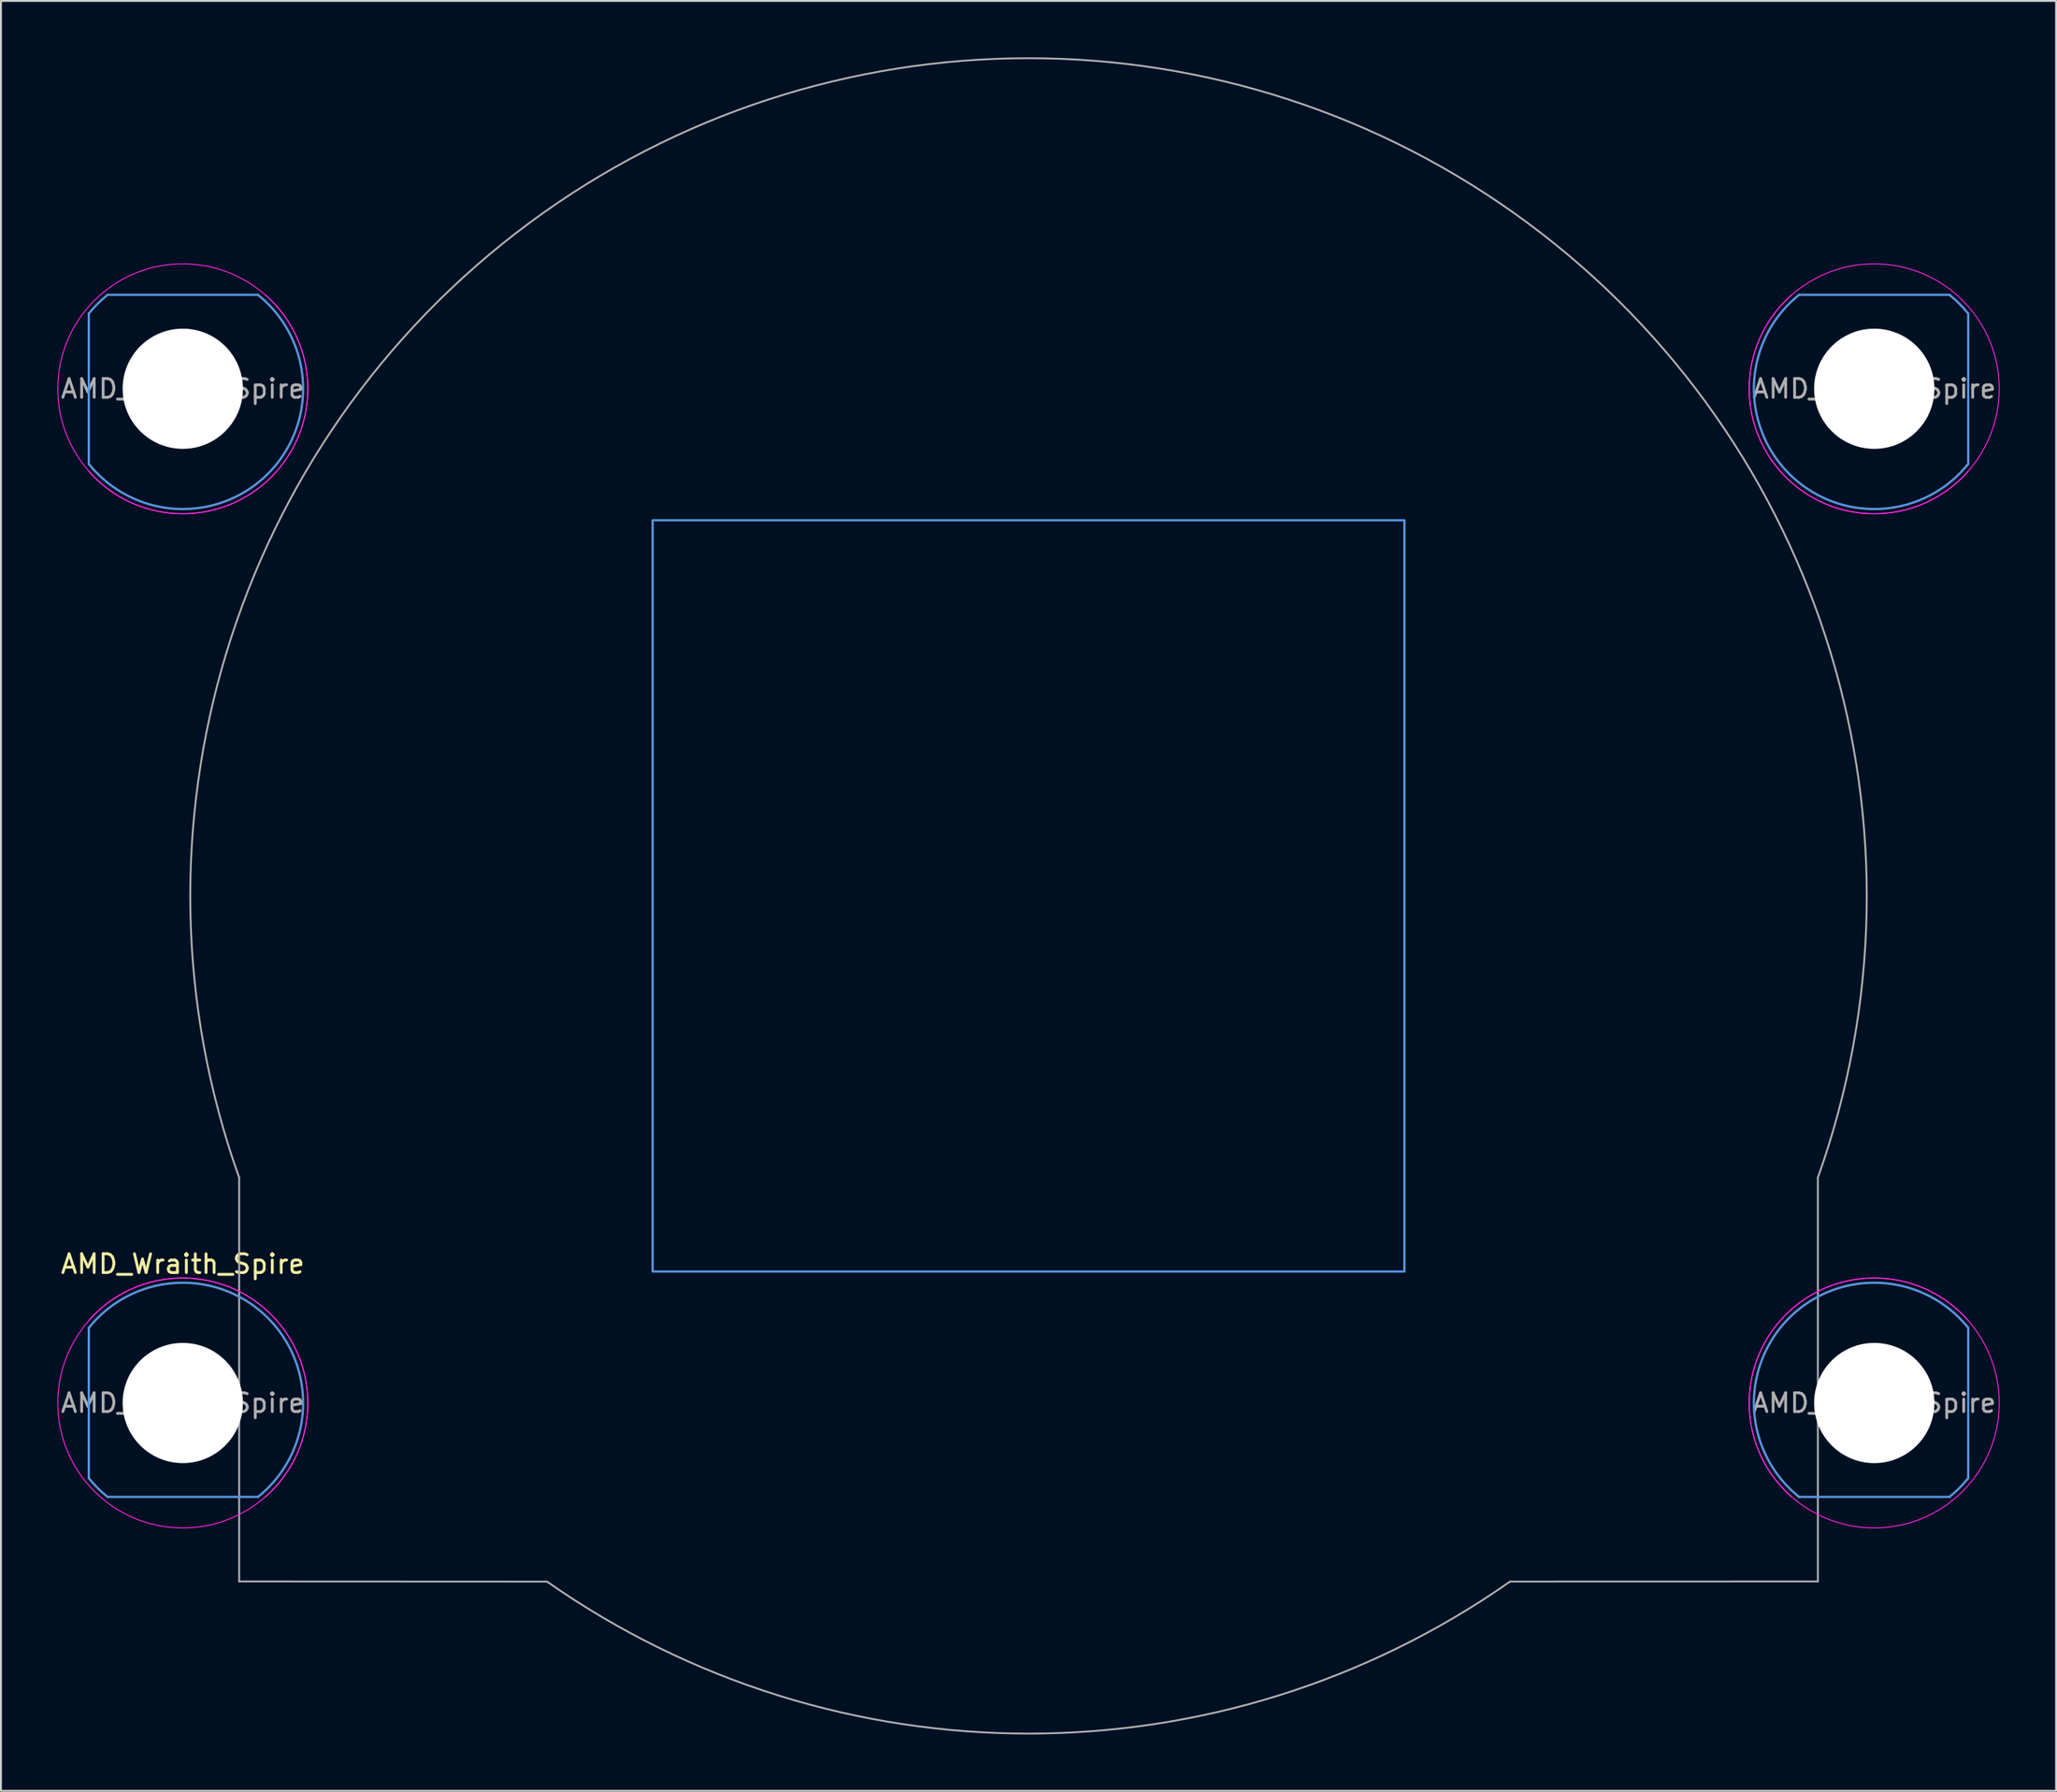
<source format=kicad_pcb>
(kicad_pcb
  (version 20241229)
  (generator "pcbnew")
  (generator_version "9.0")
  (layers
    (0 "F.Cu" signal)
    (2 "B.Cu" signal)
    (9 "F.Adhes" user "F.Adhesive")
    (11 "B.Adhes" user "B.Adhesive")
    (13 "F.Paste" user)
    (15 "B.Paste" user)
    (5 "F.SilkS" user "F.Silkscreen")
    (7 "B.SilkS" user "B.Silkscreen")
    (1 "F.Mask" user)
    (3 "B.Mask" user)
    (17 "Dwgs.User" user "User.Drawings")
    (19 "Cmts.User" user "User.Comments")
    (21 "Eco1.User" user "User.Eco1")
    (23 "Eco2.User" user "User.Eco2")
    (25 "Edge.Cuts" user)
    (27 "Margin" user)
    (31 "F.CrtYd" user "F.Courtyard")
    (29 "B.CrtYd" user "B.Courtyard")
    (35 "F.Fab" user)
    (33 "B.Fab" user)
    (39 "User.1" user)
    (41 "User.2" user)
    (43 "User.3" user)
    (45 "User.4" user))
  (footprint "AMD_Wraith_Spire"
    (layer "F.Cu")
    (at 51.675 44.648)
    (property "Reference" "AMD_Wraith_Spire" (at -45 19.6 0) (layer "F.SilkS") (effects (font (size 1 1) (thickness 0.15))))
    (attr exclude_from_pos_files exclude_from_bom)
    (fp_line (start -50 -31) (end -50 -23) (stroke (width 0.12) (type solid)) (layer "Cmts.User"))
    (fp_line (start -50 23) (end -50 31) (stroke (width 0.12) (type solid)) (layer "Cmts.User"))
    (fp_line (start -49 32) (end -41 32) (stroke (width 0.12) (type solid)) (layer "Cmts.User"))
    (fp_line (start -41 -32) (end -49 -32) (stroke (width 0.12) (type solid)) (layer "Cmts.User"))
    (fp_line (start 41 32) (end 49 32) (stroke (width 0.12) (type solid)) (layer "Cmts.User"))
    (fp_line (start 49 -32) (end 41 -32) (stroke (width 0.12) (type solid)) (layer "Cmts.User"))
    (fp_line (start 50 -23) (end 50 -31) (stroke (width 0.12) (type solid)) (layer "Cmts.User"))
    (fp_line (start 50 31) (end 50 23) (stroke (width 0.12) (type solid)) (layer "Cmts.User"))
    (fp_rect (start -20 20) (end 20 -20) (stroke (width 0.12) (type solid)) (fill no) (layer "Cmts.User"))
    (fp_arc (start -50 -31) (mid -49.527688 -31.527688) (end -49 -32) (stroke (width 0.12) (type solid)) (layer "Cmts.User"))
    (fp_arc (start -50 23) (mid -40.471441 22.471441) (end -41 32) (stroke (width 0.12) (type solid)) (layer "Cmts.User"))
    (fp_arc (start -49 32) (mid -49.527688 31.527688) (end -50 31) (stroke (width 0.12) (type solid)) (layer "Cmts.User"))
    (fp_arc (start -41 -32) (mid -40.471441 -22.471441) (end -50 -23) (stroke (width 0.12) (type solid)) (layer "Cmts.User"))
    (fp_arc (start 41 32) (mid 40.471441 22.471441) (end 50 23) (stroke (width 0.12) (type solid)) (layer "Cmts.User"))
    (fp_arc (start 49 -32) (mid 49.527688 -31.527688) (end 50 -31) (stroke (width 0.12) (type solid)) (layer "Cmts.User"))
    (fp_arc (start 50 -23) (mid 40.471441 -22.471441) (end 41 -32) (stroke (width 0.12) (type solid)) (layer "Cmts.User"))
    (fp_arc (start 50 31) (mid 49.527688 31.527688) (end 49 32) (stroke (width 0.12) (type solid)) (layer "Cmts.User"))
    (fp_arc (start -50 22.6) (mid -40.29063 22.29063) (end -40.6 32) (stroke (width 0.05) (type solid)) (layer "F.CrtYd"))
    (fp_arc (start -40.6 -32) (mid -40.29063 -22.29063) (end -50 -22.6) (stroke (width 0.05) (type solid)) (layer "F.CrtYd"))
    (fp_arc (start 40.6 32) (mid 40.29063 22.29063) (end 50 22.6) (stroke (width 0.05) (type solid)) (layer "F.CrtYd"))
    (fp_arc (start 50 -22.6) (mid 40.29063 -22.29063) (end 40.6 -32) (stroke (width 0.05) (type solid)) (layer "F.CrtYd"))
    (fp_circle (center -45 -27) (end -38.35 -27) (stroke (width 0.05) (type solid)) (fill no) (layer "F.CrtYd"))
    (fp_circle (center -45 27) (end -45 20.35) (stroke (width 0.05) (type solid)) (fill no) (layer "F.CrtYd"))
    (fp_circle (center 45 -27) (end 45 -20.35) (stroke (width 0.05) (type solid)) (fill no) (layer "F.CrtYd"))
    (fp_circle (center 45 27) (end 38.35 27) (stroke (width 0.05) (type solid)) (fill no) (layer "F.CrtYd"))
    (fp_line (start -42 15) (end -42 36.5) (stroke (width 0.1) (type solid)) (layer "F.Fab"))
    (fp_line (start -25.619 36.508) (end -42 36.5) (stroke (width 0.1) (type solid)) (layer "F.Fab"))
    (fp_line (start 25.623 36.505) (end 42 36.5) (stroke (width 0.1) (type solid)) (layer "F.Fab"))
    (fp_line (start 42 15) (end 42 36.5) (stroke (width 0.1) (type solid)) (layer "F.Fab"))
    (fp_arc (start -42 15) (mid 0 -44.598206) (end 42 15) (stroke (width 0.1) (type solid)) (layer "F.Fab"))
    (fp_arc (start 25.622837 36.505255) (mid 0.002098 44.600038) (end -25.619402 36.507665) (stroke (width 0.1) (type solid)) (layer "F.Fab"))
    (fp_text user "${REFERENCE}" (at 45 -27 0) (layer "F.Fab") (effects (font (size 1 1) (thickness 0.15))))
    (fp_text user "${REFERENCE}" (at -45 27 0) (layer "F.Fab") (effects (font (size 1 1) (thickness 0.15))))
    (fp_text user "${REFERENCE}" (at 45 27 0) (layer "F.Fab") (effects (font (size 1 1) (thickness 0.15))))
    (fp_text user "${REFERENCE}" (at -45 -27 0) (layer "F.Fab") (effects (font (size 1 1) (thickness 0.15))))
    (pad "" np_thru_hole circle (at -45 -27) (size 6.4 6.4) (drill 6.4) (layers "*.Cu" "*.Mask"))
    (pad "" np_thru_hole circle (at -45 27) (size 6.4 6.4) (drill 6.4) (layers "*.Cu" "*.Mask"))
    (pad "" np_thru_hole circle (at 45 -27) (size 6.4 6.4) (drill 6.4) (layers "*.Cu" "*.Mask"))
    (pad "" np_thru_hole circle (at 45 27) (size 6.4 6.4) (drill 6.4) (layers "*.Cu" "*.Mask")))
  (gr_rect
    (start -3 -3)
    (end 106.35 92.298)
    (stroke (width 0.1) (type default))
    (fill no)
    (layer "Edge.Cuts")))
</source>
